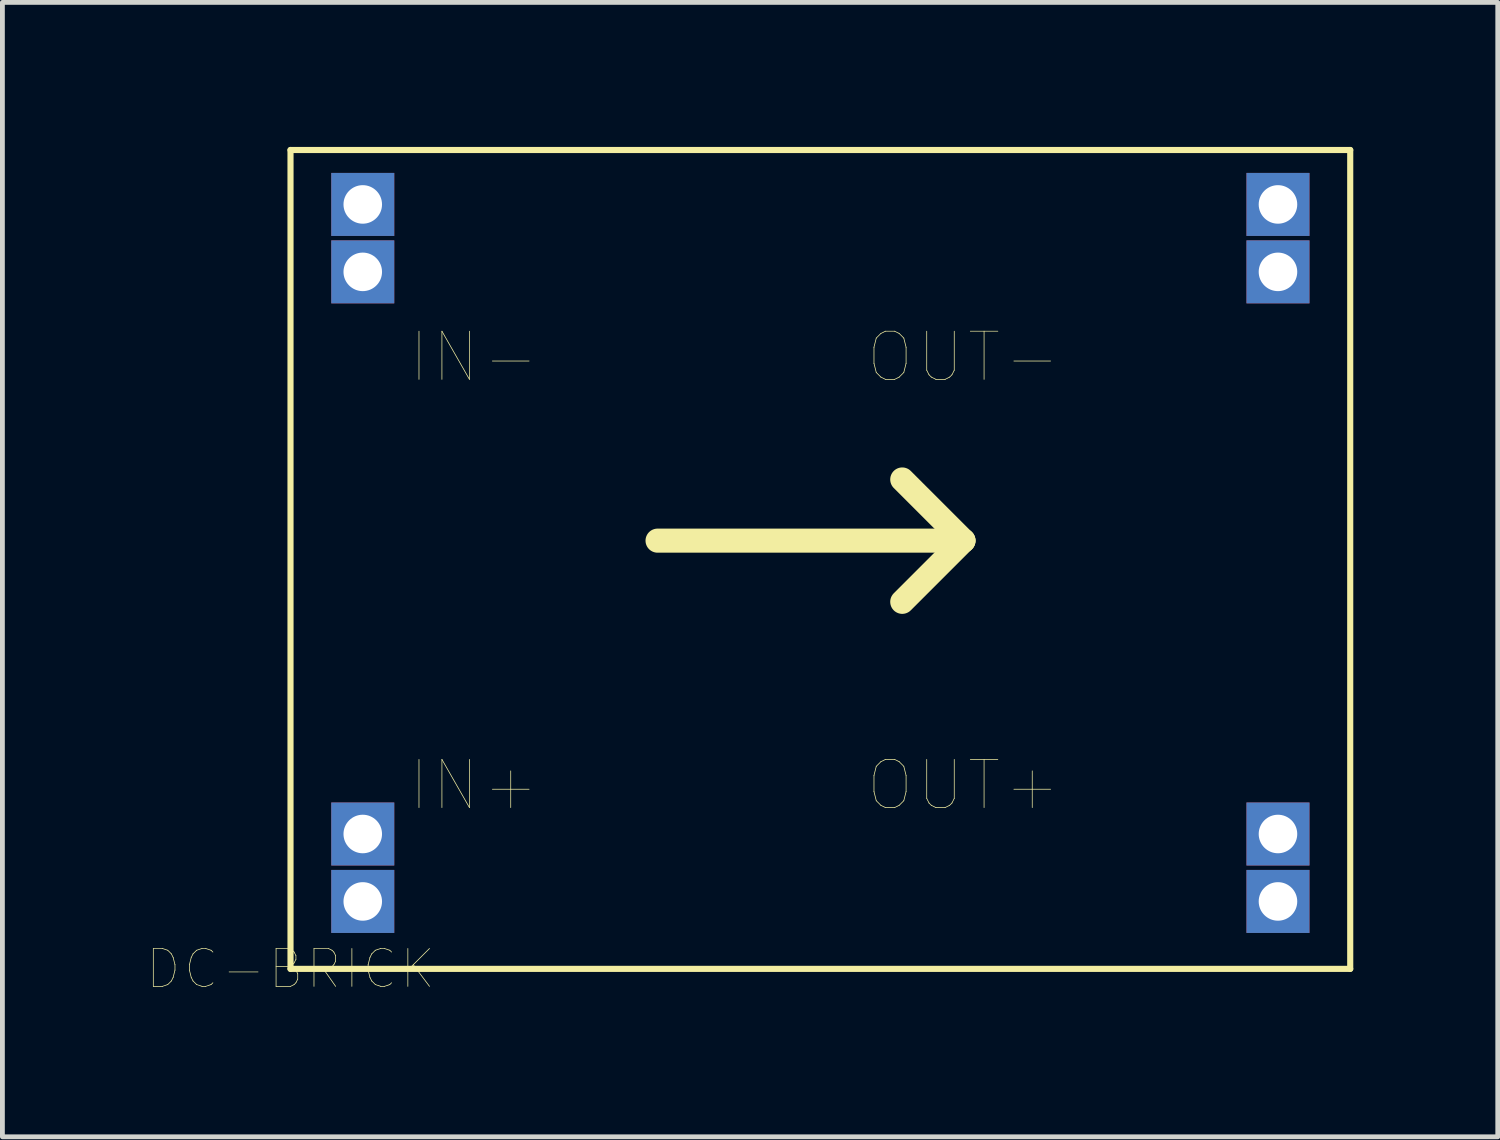
<source format=kicad_pcb>
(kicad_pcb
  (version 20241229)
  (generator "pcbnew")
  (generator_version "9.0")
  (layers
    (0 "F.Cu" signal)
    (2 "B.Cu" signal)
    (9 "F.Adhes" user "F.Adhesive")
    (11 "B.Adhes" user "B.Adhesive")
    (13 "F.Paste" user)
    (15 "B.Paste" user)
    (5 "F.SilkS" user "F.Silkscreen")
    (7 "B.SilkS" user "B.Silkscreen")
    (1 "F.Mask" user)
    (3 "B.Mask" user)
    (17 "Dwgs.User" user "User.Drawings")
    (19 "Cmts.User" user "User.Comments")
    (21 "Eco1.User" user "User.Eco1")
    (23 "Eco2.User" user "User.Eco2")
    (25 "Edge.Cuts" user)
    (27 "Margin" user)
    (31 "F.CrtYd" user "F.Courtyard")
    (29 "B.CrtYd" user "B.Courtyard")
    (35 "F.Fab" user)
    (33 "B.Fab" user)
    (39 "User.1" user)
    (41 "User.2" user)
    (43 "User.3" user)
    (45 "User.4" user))
  (footprint "DC-BRICK"
    (layer "F.Cu")
    (at 2.981 17.064)
    (property "Reference" "DC-BRICK" (at 0 0 0) (layer "F.SilkS") (effects (font (size 0.787 0.787) (thickness 0.015))))
    (attr through_hole)
    (fp_line (start 0 -17) (end 22 -17) (stroke (width 0.127) (type solid)) (layer "F.SilkS"))
    (fp_line (start 0 0) (end 0 -17) (stroke (width 0.127) (type solid)) (layer "F.SilkS"))
    (fp_line (start 0 0) (end 22 0) (stroke (width 0.127) (type solid)) (layer "F.SilkS"))
    (fp_line (start 7.62 -8.89) (end 13.97 -8.89) (stroke (width 0.5) (type solid)) (layer "F.SilkS"))
    (fp_line (start 13.97 -8.89) (end 12.7 -10.16) (stroke (width 0.5) (type solid)) (layer "F.SilkS"))
    (fp_line (start 13.97 -8.89) (end 12.7 -7.62) (stroke (width 0.5) (type solid)) (layer "F.SilkS"))
    (fp_line (start 22 -17) (end 22 0) (stroke (width 0.127) (type solid)) (layer "F.SilkS"))
    (fp_text user "IN-" (at 3.81 -12.7 0) (layer "F.SilkS") (effects (font (size 1 1) (thickness 0.015))))
    (fp_text user "OUT+" (at 13.97 -3.81 0) (layer "F.SilkS") (effects (font (size 1 1) (thickness 0.015))))
    (fp_text user "IN+" (at 3.81 -3.81 0) (layer "F.SilkS") (effects (font (size 1 1) (thickness 0.015))))
    (fp_text user "OUT-" (at 13.97 -12.7 0) (layer "F.SilkS") (effects (font (size 1 1) (thickness 0.015))))
    (pad "IN1" thru_hole rect (at 1.5 -14.47) (size 1.308 1.308) (drill 0.8) (layers "*.Cu" "*.Mask"))
    (pad "IN1+" thru_hole rect (at 1.5 -1.4) (size 1.308 1.308) (drill 0.8) (layers "*.Cu" "*.Mask"))
    (pad "IN2" thru_hole rect (at 1.5 -15.87) (size 1.308 1.308) (drill 0.8) (layers "*.Cu" "*.Mask"))
    (pad "IN2+" thru_hole rect (at 1.5 -2.8) (size 1.308 1.308) (drill 0.8) (layers "*.Cu" "*.Mask"))
    (pad "OUT1" thru_hole rect (at 20.5 -14.47) (size 1.308 1.308) (drill 0.8) (layers "*.Cu" "*.Mask"))
    (pad "OUT1+" thru_hole rect (at 20.5 -1.4) (size 1.308 1.308) (drill 0.8) (layers "*.Cu" "*.Mask"))
    (pad "OUT2" thru_hole rect (at 20.5 -15.87) (size 1.308 1.308) (drill 0.8) (layers "*.Cu" "*.Mask"))
    (pad "OUT2+" thru_hole rect (at 20.5 -2.8) (size 1.308 1.308) (drill 0.8) (layers "*.Cu" "*.Mask")))
  (gr_rect
    (start -3 -3)
    (end 28.044 20.55)
    (stroke (width 0.1) (type default))
    (fill no)
    (layer "Edge.Cuts")))
</source>
